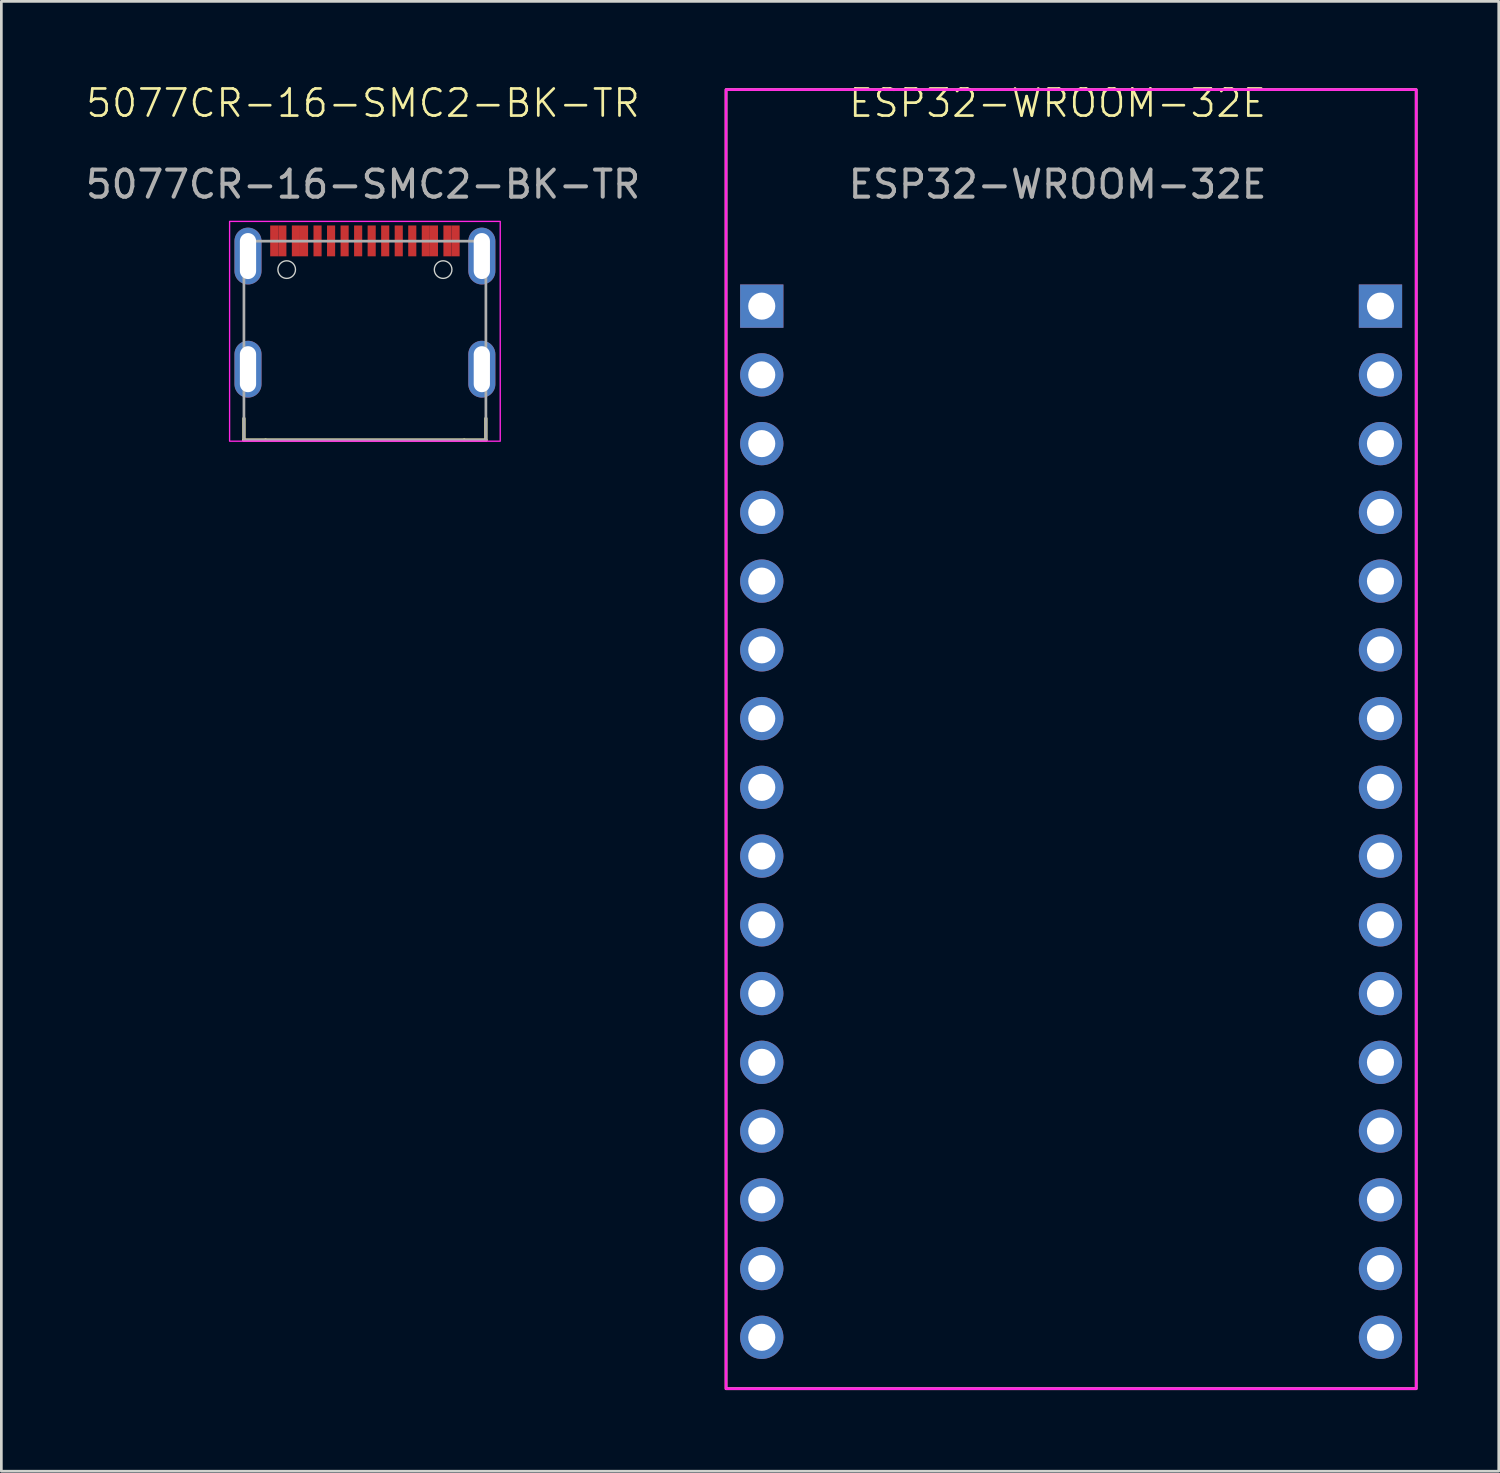
<source format=kicad_pcb>
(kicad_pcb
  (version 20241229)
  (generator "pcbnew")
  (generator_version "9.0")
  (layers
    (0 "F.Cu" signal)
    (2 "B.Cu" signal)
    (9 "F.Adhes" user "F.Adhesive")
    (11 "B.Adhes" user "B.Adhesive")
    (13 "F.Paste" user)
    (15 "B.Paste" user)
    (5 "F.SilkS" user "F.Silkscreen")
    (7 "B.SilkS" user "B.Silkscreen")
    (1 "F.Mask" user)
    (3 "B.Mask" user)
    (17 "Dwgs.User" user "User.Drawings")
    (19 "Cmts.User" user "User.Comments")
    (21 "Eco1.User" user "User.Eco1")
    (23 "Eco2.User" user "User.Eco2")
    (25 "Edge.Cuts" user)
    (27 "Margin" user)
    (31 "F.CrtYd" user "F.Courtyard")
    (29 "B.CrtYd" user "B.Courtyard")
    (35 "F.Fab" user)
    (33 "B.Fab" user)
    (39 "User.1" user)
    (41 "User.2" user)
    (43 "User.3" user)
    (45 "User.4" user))
  (footprint "ESP32-WROOM-32E"
    (layer "F.Cu")
    (at 36.526 8.261)
    (property "Reference" "ESP32-WROOM-32E" (at -0.5 -7.5 0) (unlocked yes) (layer "F.SilkS") (effects (font (size 1 1) (thickness 0.1))))
    (attr smd)
    (fp_rect (start -12.75 -8) (end 12.75 40) (stroke (width 0.1) (type solid)) (fill no) (layer "F.SilkS"))
    (fp_rect (start -12.75 -8) (end 12.75 40) (stroke (width 0.1) (type solid)) (fill no) (layer "F.CrtYd"))
    (fp_text user "${REFERENCE}" (at -0.5 -4.5 0) (unlocked yes) (layer "F.Fab") (effects (font (size 1 1) (thickness 0.15))))
    (pad "0" thru_hole oval (at 11.43 33.02) (size 1.6 1.6) (drill 1) (layers "*.Cu" "*.Mask"))
    (pad "2" thru_hole oval (at 11.43 35.56) (size 1.6 1.6) (drill 1) (layers "*.Cu" "*.Mask"))
    (pad "3V3" thru_hole rect (at -11.43 0) (size 1.6 1.6) (drill 1) (layers "*.Cu" "*.Mask"))
    (pad "4" thru_hole oval (at 11.43 30.48) (size 1.6 1.6) (drill 1) (layers "*.Cu" "*.Mask"))
    (pad "5" thru_hole oval (at 11.43 22.86) (size 1.6 1.6) (drill 1) (layers "*.Cu" "*.Mask"))
    (pad "5V" thru_hole oval (at -11.43 38.1) (size 1.6 1.6) (drill 1) (layers "*.Cu" "*.Mask"))
    (pad "12" thru_hole oval (at -11.43 30.48) (size 1.6 1.6) (drill 1) (layers "*.Cu" "*.Mask"))
    (pad "13" thru_hole oval (at -11.43 35.56) (size 1.6 1.6) (drill 1) (layers "*.Cu" "*.Mask"))
    (pad "14" thru_hole oval (at -11.43 27.94) (size 1.6 1.6) (drill 1) (layers "*.Cu" "*.Mask"))
    (pad "15" thru_hole oval (at 11.43 38.1) (size 1.6 1.6) (drill 1) (layers "*.Cu" "*.Mask"))
    (pad "16" thru_hole oval (at 11.43 27.94) (size 1.6 1.6) (drill 1) (layers "*.Cu" "*.Mask"))
    (pad "17" thru_hole oval (at 11.43 25.4) (size 1.6 1.6) (drill 1) (layers "*.Cu" "*.Mask"))
    (pad "18" thru_hole oval (at 11.43 20.32) (size 1.6 1.6) (drill 1) (layers "*.Cu" "*.Mask"))
    (pad "19" thru_hole oval (at 11.43 17.78) (size 1.6 1.6) (drill 1) (layers "*.Cu" "*.Mask"))
    (pad "21" thru_hole oval (at 11.43 12.7) (size 1.6 1.6) (drill 1) (layers "*.Cu" "*.Mask"))
    (pad "22" thru_hole oval (at 11.43 5.08) (size 1.6 1.6) (drill 1) (layers "*.Cu" "*.Mask"))
    (pad "23" thru_hole oval (at 11.43 2.54) (size 1.6 1.6) (drill 1) (layers "*.Cu" "*.Mask"))
    (pad "25" thru_hole oval (at -11.43 20.32) (size 1.6 1.6) (drill 1) (layers "*.Cu" "*.Mask"))
    (pad "26" thru_hole oval (at -11.43 22.86) (size 1.6 1.6) (drill 1) (layers "*.Cu" "*.Mask"))
    (pad "27" thru_hole oval (at -11.43 25.4) (size 1.6 1.6) (drill 1) (layers "*.Cu" "*.Mask"))
    (pad "32" thru_hole oval (at -11.43 15.24) (size 1.6 1.6) (drill 1) (layers "*.Cu" "*.Mask"))
    (pad "33" thru_hole oval (at -11.43 17.78) (size 1.6 1.6) (drill 1) (layers "*.Cu" "*.Mask"))
    (pad "34" thru_hole oval (at -11.43 10.16) (size 1.6 1.6) (drill 1) (layers "*.Cu" "*.Mask"))
    (pad "35" thru_hole oval (at -11.43 12.7) (size 1.6 1.6) (drill 1) (layers "*.Cu" "*.Mask"))
    (pad "EN" thru_hole oval (at -11.43 2.54) (size 1.6 1.6) (drill 1) (layers "*.Cu" "*.Mask"))
    (pad "GND" thru_hole oval (at -11.43 33.02) (size 1.6 1.6) (drill 1) (layers "*.Cu" "*.Mask"))
    (pad "GND\n" thru_hole rect (at 11.43 0) (size 1.6 1.6) (drill 1) (layers "*.Cu" "*.Mask"))
    (pad "GND\n" thru_hole oval (at 11.43 15.24) (size 1.6 1.6) (drill 1) (layers "*.Cu" "*.Mask"))
    (pad "RXI" thru_hole oval (at 11.43 10.16) (size 1.6 1.6) (drill 1) (layers "*.Cu" "*.Mask"))
    (pad "S.VN" thru_hole oval (at -11.43 7.62) (size 1.6 1.6) (drill 1) (layers "*.Cu" "*.Mask"))
    (pad "S.VP" thru_hole oval (at -11.43 5.08) (size 1.6 1.6) (drill 1) (layers "*.Cu" "*.Mask"))
    (pad "TXO" thru_hole oval (at 11.43 7.62) (size 1.6 1.6) (drill 1) (layers "*.Cu" "*.Mask")))
  (footprint "5077CR-16-SMC2-BK-TR"
    (layer "F.Cu")
    (at 10.433 10.591)
    (property "Reference" "5077CR-16-SMC2-BK-TR" (at -0.07 -9.83 0) (unlocked yes) (layer "F.SilkS") (effects (font (size 1 1) (thickness 0.1))))
    (attr smd)
    (fp_line (start -4.47 2.62) (end -4.47 1.82) (stroke (width 0.12) (type solid)) (layer "F.SilkS"))
    (fp_line (start -4.47 2.62) (end -3.67 2.62) (stroke (width 0.12) (type solid)) (layer "F.SilkS"))
    (fp_line (start -3.67 2.62) (end 3.67 2.62) (stroke (width 0.12) (type solid)) (layer "F.SilkS"))
    (fp_line (start 4.47 2.62) (end 3.67 2.62) (stroke (width 0.12) (type solid)) (layer "F.SilkS"))
    (fp_line (start 4.47 2.62) (end 4.47 1.82) (stroke (width 0.12) (type solid)) (layer "F.SilkS"))
    (fp_circle (center -2.89 -3.68) (end -2.565 -3.68) (stroke (width 0.05) (type solid)) (fill no) (layer "Edge.Cuts"))
    (fp_circle (center 2.89 -3.68) (end 3.215 -3.68) (stroke (width 0.05) (type solid)) (fill no) (layer "Edge.Cuts"))
    (fp_rect (start -5 2.66) (end 5 -5.46) (stroke (width 0.05) (type solid)) (fill no) (layer "F.CrtYd"))
    (fp_rect (start -4.47 2.62) (end 4.47 -4.73) (stroke (width 0.1) (type solid)) (fill no) (layer "F.Fab"))
    (fp_text user "${REFERENCE}" (at -0.07 -6.83 0) (unlocked yes) (layer "F.Fab") (effects (font (size 1 1) (thickness 0.15))))
    (pad "A1" smd rect (at -3.35 -4.74) (size 0.3 1.14) (layers "F.Cu" "F.Mask" "F.Paste"))
    (pad "A4" smd rect (at -2.55 -4.74) (size 0.3 1.14) (layers "F.Cu" "F.Mask" "F.Paste"))
    (pad "A5" smd rect (at -1.25 -4.74) (size 0.3 1.14) (layers "F.Cu" "F.Mask" "F.Paste"))
    (pad "A6" smd rect (at -0.25 -4.74) (size 0.3 1.14) (layers "F.Cu" "F.Mask" "F.Paste"))
    (pad "A7" smd rect (at 0.25 -4.74) (size 0.3 1.14) (layers "F.Cu" "F.Mask" "F.Paste"))
    (pad "A8" smd rect (at 1.25 -4.74) (size 0.3 1.14) (layers "F.Cu" "F.Mask" "F.Paste"))
    (pad "A9" smd rect (at 2.55 -4.74) (size 0.3 1.14) (layers "F.Cu" "F.Mask" "F.Paste"))
    (pad "A12" smd rect (at 3.35 -4.74) (size 0.3 1.14) (layers "F.Cu" "F.Mask" "F.Paste"))
    (pad "B1" smd rect (at 3.05 -4.74) (size 0.3 1.14) (layers "F.Cu" "F.Mask" "F.Paste"))
    (pad "B4" smd rect (at 2.25 -4.74) (size 0.3 1.14) (layers "F.Cu" "F.Mask" "F.Paste"))
    (pad "B5" smd rect (at 1.75 -4.74) (size 0.3 1.14) (layers "F.Cu" "F.Mask" "F.Paste"))
    (pad "B6" smd rect (at 0.75 -4.74) (size 0.3 1.14) (layers "F.Cu" "F.Mask" "F.Paste"))
    (pad "B7" smd rect (at -0.75 -4.74) (size 0.3 1.14) (layers "F.Cu" "F.Mask" "F.Paste"))
    (pad "B8" smd rect (at -1.75 -4.74) (size 0.3 1.14) (layers "F.Cu" "F.Mask" "F.Paste"))
    (pad "B9" smd rect (at -2.25 -4.74) (size 0.3 1.14) (layers "F.Cu" "F.Mask" "F.Paste"))
    (pad "B12" smd rect (at -3.05 -4.74) (size 0.3 1.14) (layers "F.Cu" "F.Mask" "F.Paste"))
    (pad "S1" thru_hole oval (at -4.32 -4.18) (size 1 2.1) (drill oval 0.6 1.7) (layers "*.Cu" "*.Mask"))
    (pad "S1" thru_hole oval (at -4.32 0) (size 1 2.1) (drill oval 0.6 1.7) (layers "*.Cu" "*.Mask"))
    (pad "S1" thru_hole oval (at 4.32 -4.18) (size 1 2.1) (drill oval 0.6 1.7) (layers "*.Cu" "*.Mask"))
    (pad "S1" thru_hole oval (at 4.32 0) (size 1 2.1) (drill oval 0.6 1.7) (layers "*.Cu" "*.Mask")))
  (gr_rect
    (start -3 -3)
    (end 52.326 51.31)
    (stroke (width 0.1) (type default))
    (fill no)
    (layer "Edge.Cuts")))
</source>
